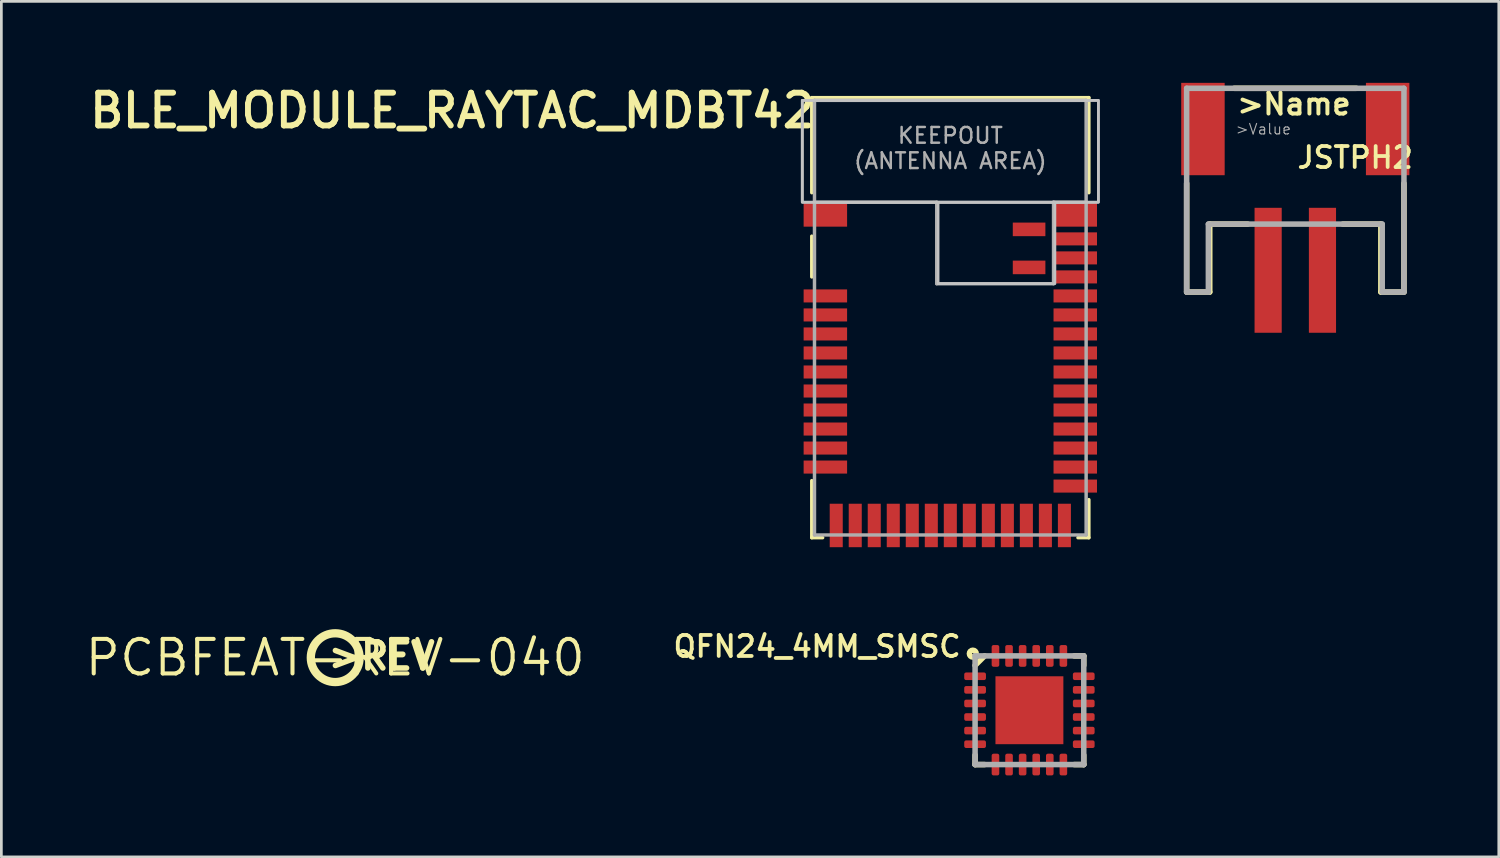
<source format=kicad_pcb>
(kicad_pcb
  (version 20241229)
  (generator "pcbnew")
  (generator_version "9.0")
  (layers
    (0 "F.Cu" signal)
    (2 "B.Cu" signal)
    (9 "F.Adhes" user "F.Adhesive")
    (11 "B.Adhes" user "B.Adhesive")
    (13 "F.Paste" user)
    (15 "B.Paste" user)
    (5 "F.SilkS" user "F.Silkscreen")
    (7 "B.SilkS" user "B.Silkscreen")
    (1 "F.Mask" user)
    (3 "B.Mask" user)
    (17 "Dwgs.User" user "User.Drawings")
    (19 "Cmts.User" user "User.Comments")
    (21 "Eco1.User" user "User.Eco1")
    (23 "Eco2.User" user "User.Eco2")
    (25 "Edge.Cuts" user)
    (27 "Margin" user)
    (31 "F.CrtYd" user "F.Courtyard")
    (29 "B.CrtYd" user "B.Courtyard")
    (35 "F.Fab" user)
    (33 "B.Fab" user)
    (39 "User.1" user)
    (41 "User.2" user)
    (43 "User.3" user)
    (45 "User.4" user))
  (footprint "BLE_MODULE_RAYTAC_MDBT42"
    (layer "F.Cu")
    (at 31.934 8.644)
    (property "Reference" "BLE_MODULE_RAYTAC_MDBT42" (at -4.866 -8.328 180) (layer "F.SilkS") (effects (font (size 1.206 1.206) (thickness 0.217)) (justify right top)))
    (attr through_hole)
    (fp_line (start -5.1 -8.1) (end 5.1 -8.1) (stroke (width 0.127) (type solid)) (layer "F.SilkS"))
    (fp_line (start -5.1 -4.6) (end -5.1 -8.1) (stroke (width 0.127) (type solid)) (layer "F.SilkS"))
    (fp_line (start -5.1 -3) (end -5.1 -1.5) (stroke (width 0.127) (type solid)) (layer "F.SilkS"))
    (fp_line (start -5.1 8.1) (end -5.1 6) (stroke (width 0.127) (type solid)) (layer "F.SilkS"))
    (fp_line (start -4.7 8.1) (end -5.1 8.1) (stroke (width 0.127) (type solid)) (layer "F.SilkS"))
    (fp_line (start 4.7 8.1) (end 5.1 8.1) (stroke (width 0.127) (type solid)) (layer "F.SilkS"))
    (fp_line (start 5.1 -8.1) (end 5.1 -4.6) (stroke (width 0.127) (type solid)) (layer "F.SilkS"))
    (fp_line (start 5.1 8.1) (end 5.1 6.7) (stroke (width 0.127) (type solid)) (layer "F.SilkS"))
    (fp_poly (pts (xy -5.45 -4.25) (xy 5.45 -4.25) (xy 5.45 -8) (xy -5.45 -8)) (stroke (width 0.1) (type solid)) (fill no) (layer "Dwgs.User"))
    (fp_poly (pts (xy -0.45 -1.25) (xy 3.85 -1.25) (xy 3.85 -4.25) (xy -0.45 -4.25)) (stroke (width 0.1) (type solid)) (fill no) (layer "Dwgs.User"))
    (fp_poly (pts (xy 5.45 -8) (xy -5.45 -8) (xy -5.45 -4.25) (xy 5.45 -4.25)) (stroke (width 0.1) (type solid)) (fill no) (layer "Dwgs.User"))
    (fp_line (start -5 -8) (end 5 -8) (stroke (width 0.127) (type solid)) (layer "F.Fab"))
    (fp_line (start -5 -4.25) (end -5 -8) (stroke (width 0.127) (type solid)) (layer "F.Fab"))
    (fp_line (start -5 -4.25) (end -0.5 -4.25) (stroke (width 0.127) (type solid)) (layer "F.Fab"))
    (fp_line (start -5 8) (end -5 -4.25) (stroke (width 0.127) (type solid)) (layer "F.Fab"))
    (fp_line (start -0.5 -4.25) (end -0.5 -1.25) (stroke (width 0.127) (type solid)) (layer "F.Fab"))
    (fp_line (start -0.5 -1.25) (end 3.8 -1.25) (stroke (width 0.127) (type solid)) (layer "F.Fab"))
    (fp_line (start 3.8 -4.25) (end 5 -4.25) (stroke (width 0.127) (type solid)) (layer "F.Fab"))
    (fp_line (start 3.8 -1.25) (end 3.8 -4.25) (stroke (width 0.127) (type solid)) (layer "F.Fab"))
    (fp_line (start 5 -8) (end 5 -4.25) (stroke (width 0.127) (type solid)) (layer "F.Fab"))
    (fp_line (start 5 -4.25) (end 5 8) (stroke (width 0.127) (type solid)) (layer "F.Fab"))
    (fp_line (start 5 8) (end -5 8) (stroke (width 0.127) (type solid)) (layer "F.Fab"))
    (fp_text user "KEEPOUT\n(ANTENNA AREA)" (at 0 -6.238 0) (layer "F.Fab") (effects (font (size 0.579 0.579) (thickness 0.091))))
    (pad "1" smd rect (at -4.6 -3.8) (size 1.6 0.9) (layers "F.Cu" "F.Mask" "F.Paste"))
    (pad "2" smd rect (at -4.6 -0.8) (size 1.6 0.48) (layers "F.Cu" "F.Mask" "F.Paste"))
    (pad "3" smd rect (at -4.6 -0.1) (size 1.6 0.48) (layers "F.Cu" "F.Mask" "F.Paste"))
    (pad "4" smd rect (at -4.6 0.6) (size 1.6 0.48) (layers "F.Cu" "F.Mask" "F.Paste"))
    (pad "5" smd rect (at -4.6 1.3) (size 1.6 0.48) (layers "F.Cu" "F.Mask" "F.Paste"))
    (pad "6" smd rect (at -4.6 2) (size 1.6 0.48) (layers "F.Cu" "F.Mask" "F.Paste"))
    (pad "7" smd rect (at -4.6 2.7) (size 1.6 0.48) (layers "F.Cu" "F.Mask" "F.Paste"))
    (pad "8" smd rect (at -4.6 3.4) (size 1.6 0.48) (layers "F.Cu" "F.Mask" "F.Paste"))
    (pad "9" smd rect (at -4.6 4.1) (size 1.6 0.48) (layers "F.Cu" "F.Mask" "F.Paste"))
    (pad "10" smd rect (at -4.6 4.8) (size 1.6 0.48) (layers "F.Cu" "F.Mask" "F.Paste"))
    (pad "11" smd rect (at -4.6 5.5) (size 1.6 0.48) (layers "F.Cu" "F.Mask" "F.Paste"))
    (pad "12" smd rect (at -4.2 7.65 90) (size 1.6 0.48) (layers "F.Cu" "F.Mask" "F.Paste"))
    (pad "13" smd rect (at -3.5 7.65 90) (size 1.6 0.48) (layers "F.Cu" "F.Mask" "F.Paste"))
    (pad "14" smd rect (at -2.8 7.65 90) (size 1.6 0.48) (layers "F.Cu" "F.Mask" "F.Paste"))
    (pad "15" smd rect (at -2.1 7.65 90) (size 1.6 0.48) (layers "F.Cu" "F.Mask" "F.Paste"))
    (pad "16" smd rect (at -1.4 7.65 90) (size 1.6 0.48) (layers "F.Cu" "F.Mask" "F.Paste"))
    (pad "17" smd rect (at -0.7 7.65 90) (size 1.6 0.48) (layers "F.Cu" "F.Mask" "F.Paste"))
    (pad "18" smd rect (at 0 7.65 90) (size 1.6 0.48) (layers "F.Cu" "F.Mask" "F.Paste"))
    (pad "19" smd rect (at 0.7 7.65 90) (size 1.6 0.48) (layers "F.Cu" "F.Mask" "F.Paste"))
    (pad "20" smd rect (at 1.4 7.65 90) (size 1.6 0.48) (layers "F.Cu" "F.Mask" "F.Paste"))
    (pad "21" smd rect (at 2.1 7.65 90) (size 1.6 0.48) (layers "F.Cu" "F.Mask" "F.Paste"))
    (pad "22" smd rect (at 2.8 7.65 90) (size 1.6 0.48) (layers "F.Cu" "F.Mask" "F.Paste"))
    (pad "23" smd rect (at 3.5 7.65 90) (size 1.6 0.48) (layers "F.Cu" "F.Mask" "F.Paste"))
    (pad "24" smd rect (at 4.2 7.65 90) (size 1.6 0.48) (layers "F.Cu" "F.Mask" "F.Paste"))
    (pad "25" smd rect (at 4.6 6.2) (size 1.6 0.48) (layers "F.Cu" "F.Mask" "F.Paste"))
    (pad "26" smd rect (at 4.6 5.5) (size 1.6 0.48) (layers "F.Cu" "F.Mask" "F.Paste"))
    (pad "27" smd rect (at 4.6 4.8) (size 1.6 0.48) (layers "F.Cu" "F.Mask" "F.Paste"))
    (pad "28" smd rect (at 4.6 4.1) (size 1.6 0.48) (layers "F.Cu" "F.Mask" "F.Paste"))
    (pad "29" smd rect (at 4.6 3.4) (size 1.6 0.48) (layers "F.Cu" "F.Mask" "F.Paste"))
    (pad "30" smd rect (at 4.6 2.7) (size 1.6 0.48) (layers "F.Cu" "F.Mask" "F.Paste"))
    (pad "31" smd rect (at 4.6 2) (size 1.6 0.48) (layers "F.Cu" "F.Mask" "F.Paste"))
    (pad "32" smd rect (at 4.6 1.3) (size 1.6 0.48) (layers "F.Cu" "F.Mask" "F.Paste"))
    (pad "33" smd rect (at 4.6 0.6) (size 1.6 0.48) (layers "F.Cu" "F.Mask" "F.Paste"))
    (pad "34" smd rect (at 4.6 -0.1) (size 1.6 0.48) (layers "F.Cu" "F.Mask" "F.Paste"))
    (pad "35" smd rect (at 4.6 -0.8) (size 1.6 0.48) (layers "F.Cu" "F.Mask" "F.Paste"))
    (pad "36" smd rect (at 4.6 -1.5) (size 1.6 0.48) (layers "F.Cu" "F.Mask" "F.Paste"))
    (pad "37" smd rect (at 4.6 -2.2) (size 1.6 0.48) (layers "F.Cu" "F.Mask" "F.Paste"))
    (pad "38" smd rect (at 4.6 -2.9) (size 1.6 0.48) (layers "F.Cu" "F.Mask" "F.Paste"))
    (pad "39" smd rect (at 4.6 -3.8) (size 1.6 0.9) (layers "F.Cu" "F.Mask" "F.Paste"))
    (pad "40" smd rect (at 2.9 -3.25) (size 1.2 0.5) (layers "F.Cu" "F.Mask" "F.Paste"))
    (pad "41" smd rect (at 2.9 -1.85) (size 1.2 0.5) (layers "F.Cu" "F.Mask" "F.Paste")))
  (footprint "QFN24_4MM_SMSC"
    (layer "F.Cu")
    (at 34.846 23.096)
    (property "Reference" "QFN24_4MM_SMSC" (at -2.45 -2.8 180) (layer "F.SilkS") (effects (font (size 0.772 0.772) (thickness 0.139)) (justify right top)))
    (attr through_hole)
    (fp_line (start -2 2) (end -2 1.65) (stroke (width 0.203) (type solid)) (layer "F.SilkS"))
    (fp_line (start -1.65 -2) (end -2 -1.65) (stroke (width 0.203) (type solid)) (layer "F.SilkS"))
    (fp_line (start -1.65 2) (end -2 2) (stroke (width 0.203) (type solid)) (layer "F.SilkS"))
    (fp_line (start 1.65 2) (end 2 2) (stroke (width 0.203) (type solid)) (layer "F.SilkS"))
    (fp_line (start 2 -2) (end 1.65 -2) (stroke (width 0.203) (type solid)) (layer "F.SilkS"))
    (fp_line (start 2 -1.65) (end 2 -2) (stroke (width 0.203) (type solid)) (layer "F.SilkS"))
    (fp_line (start 2 1.65) (end 2 2) (stroke (width 0.203) (type solid)) (layer "F.SilkS"))
    (fp_circle (center -2.083 -2.083) (end -1.956 -2.083) (stroke (width 0.203) (type solid)) (fill no) (layer "F.SilkS"))
    (fp_poly (pts (xy -1.2 -0.6) (xy -0.6 -0.6) (xy -0.6 -1.2) (xy -1.2 -1.2)) (stroke (width 0) (type solid)) (fill yes) (layer "F.Paste"))
    (fp_poly (pts (xy -1.2 0.3) (xy -0.6 0.3) (xy -0.6 -0.3) (xy -1.2 -0.3)) (stroke (width 0) (type solid)) (fill yes) (layer "F.Paste"))
    (fp_poly (pts (xy -1.2 1.2) (xy -0.6 1.2) (xy -0.6 0.6) (xy -1.2 0.6)) (stroke (width 0) (type solid)) (fill yes) (layer "F.Paste"))
    (fp_poly (pts (xy -0.3 -0.6) (xy 0.3 -0.6) (xy 0.3 -1.2) (xy -0.3 -1.2)) (stroke (width 0) (type solid)) (fill yes) (layer "F.Paste"))
    (fp_poly (pts (xy -0.3 0.3) (xy 0.3 0.3) (xy 0.3 -0.3) (xy -0.3 -0.3)) (stroke (width 0) (type solid)) (fill yes) (layer "F.Paste"))
    (fp_poly (pts (xy -0.3 1.2) (xy 0.3 1.2) (xy 0.3 0.6) (xy -0.3 0.6)) (stroke (width 0) (type solid)) (fill yes) (layer "F.Paste"))
    (fp_poly (pts (xy 0.6 -0.6) (xy 1.2 -0.6) (xy 1.2 -1.2) (xy 0.6 -1.2)) (stroke (width 0) (type solid)) (fill yes) (layer "F.Paste"))
    (fp_poly (pts (xy 0.6 0.3) (xy 1.2 0.3) (xy 1.2 -0.3) (xy 0.6 -0.3)) (stroke (width 0) (type solid)) (fill yes) (layer "F.Paste"))
    (fp_poly (pts (xy 0.6 1.2) (xy 1.2 1.2) (xy 1.2 0.6) (xy 0.6 0.6)) (stroke (width 0) (type solid)) (fill yes) (layer "F.Paste"))
    (fp_line (start -2 -2) (end -2 2) (stroke (width 0.203) (type solid)) (layer "F.Fab"))
    (fp_line (start -2 2) (end 2 2) (stroke (width 0.203) (type solid)) (layer "F.Fab"))
    (fp_line (start 2 -2) (end -2 -2) (stroke (width 0.203) (type solid)) (layer "F.Fab"))
    (fp_line (start 2 2) (end 2 -2) (stroke (width 0.203) (type solid)) (layer "F.Fab"))
    (pad "1" smd roundrect (at -2 -1.25 180) (size 0.8 0.28) (layers "F.Cu" "F.Mask" "F.Paste") (roundrect_rratio 0.25))
    (pad "2" smd roundrect (at -2 -0.75 180) (size 0.8 0.28) (layers "F.Cu" "F.Mask" "F.Paste") (roundrect_rratio 0.25))
    (pad "3" smd roundrect (at -2 -0.25 180) (size 0.8 0.28) (layers "F.Cu" "F.Mask" "F.Paste") (roundrect_rratio 0.25))
    (pad "4" smd roundrect (at -2 0.25 180) (size 0.8 0.28) (layers "F.Cu" "F.Mask" "F.Paste") (roundrect_rratio 0.25))
    (pad "5" smd roundrect (at -2 0.75 180) (size 0.8 0.28) (layers "F.Cu" "F.Mask" "F.Paste") (roundrect_rratio 0.25))
    (pad "6" smd roundrect (at -2 1.25 180) (size 0.8 0.28) (layers "F.Cu" "F.Mask" "F.Paste") (roundrect_rratio 0.25))
    (pad "7" smd roundrect (at -1.25 2 90) (size 0.8 0.28) (layers "F.Cu" "F.Mask" "F.Paste") (roundrect_rratio 0.25))
    (pad "8" smd roundrect (at -0.75 2 90) (size 0.8 0.28) (layers "F.Cu" "F.Mask" "F.Paste") (roundrect_rratio 0.25))
    (pad "9" smd roundrect (at -0.25 2 90) (size 0.8 0.28) (layers "F.Cu" "F.Mask" "F.Paste") (roundrect_rratio 0.25))
    (pad "10" smd roundrect (at 0.25 2 90) (size 0.8 0.28) (layers "F.Cu" "F.Mask" "F.Paste") (roundrect_rratio 0.25))
    (pad "11" smd roundrect (at 0.75 2 90) (size 0.8 0.28) (layers "F.Cu" "F.Mask" "F.Paste") (roundrect_rratio 0.25))
    (pad "12" smd roundrect (at 1.25 2 90) (size 0.8 0.28) (layers "F.Cu" "F.Mask" "F.Paste") (roundrect_rratio 0.25))
    (pad "13" smd roundrect (at 2 1.25) (size 0.8 0.28) (layers "F.Cu" "F.Mask" "F.Paste") (roundrect_rratio 0.25))
    (pad "14" smd roundrect (at 2 0.75) (size 0.8 0.28) (layers "F.Cu" "F.Mask" "F.Paste") (roundrect_rratio 0.25))
    (pad "15" smd roundrect (at 2 0.25) (size 0.8 0.28) (layers "F.Cu" "F.Mask" "F.Paste") (roundrect_rratio 0.25))
    (pad "16" smd roundrect (at 2 -0.25) (size 0.8 0.28) (layers "F.Cu" "F.Mask" "F.Paste") (roundrect_rratio 0.25))
    (pad "17" smd roundrect (at 2 -0.75) (size 0.8 0.28) (layers "F.Cu" "F.Mask" "F.Paste") (roundrect_rratio 0.25))
    (pad "18" smd roundrect (at 2 -1.25) (size 0.8 0.28) (layers "F.Cu" "F.Mask" "F.Paste") (roundrect_rratio 0.25))
    (pad "19" smd roundrect (at 1.25 -2 270) (size 0.8 0.28) (layers "F.Cu" "F.Mask" "F.Paste") (roundrect_rratio 0.25))
    (pad "20" smd roundrect (at 0.75 -2 270) (size 0.8 0.28) (layers "F.Cu" "F.Mask" "F.Paste") (roundrect_rratio 0.25))
    (pad "21" smd roundrect (at 0.25 -2 270) (size 0.8 0.28) (layers "F.Cu" "F.Mask" "F.Paste") (roundrect_rratio 0.25))
    (pad "22" smd roundrect (at -0.25 -2 270) (size 0.8 0.28) (layers "F.Cu" "F.Mask" "F.Paste") (roundrect_rratio 0.25))
    (pad "23" smd roundrect (at -0.75 -2 270) (size 0.8 0.28) (layers "F.Cu" "F.Mask" "F.Paste") (roundrect_rratio 0.25))
    (pad "24" smd roundrect (at -1.25 -2 270) (size 0.8 0.28) (layers "F.Cu" "F.Mask" "F.Paste") (roundrect_rratio 0.25))
    (pad "THERM" smd rect (at 0 0) (size 2.5 2.5) (layers "F.Cu" "F.Mask")))
  (footprint "JSTPH2"
    (layer "F.Cu")
    (at 44.634 3.2)
    (property "Reference" "JSTPH2" (at 0 0 0) (layer "F.SilkS") (effects (font (size 0.772 0.772) (thickness 0.139)) (justify left bottom)))
    (attr through_hole)
    (fp_line (start -4 4.5) (end -4 0.5) (stroke (width 0.203) (type solid)) (layer "F.SilkS"))
    (fp_line (start -3.15 2) (end -3.15 4.5) (stroke (width 0.203) (type solid)) (layer "F.SilkS"))
    (fp_line (start -3.15 4.5) (end -4 4.5) (stroke (width 0.203) (type solid)) (layer "F.SilkS"))
    (fp_line (start -2.25 -3) (end 2.25 -3) (stroke (width 0.203) (type solid)) (layer "F.SilkS"))
    (fp_line (start -1.75 2) (end -3.15 2) (stroke (width 0.203) (type solid)) (layer "F.SilkS"))
    (fp_line (start 3.15 2) (end 1.75 2) (stroke (width 0.203) (type solid)) (layer "F.SilkS"))
    (fp_line (start 3.15 4.5) (end 3.15 2) (stroke (width 0.203) (type solid)) (layer "F.SilkS"))
    (fp_line (start 4 0.5) (end 4 4.5) (stroke (width 0.203) (type solid)) (layer "F.SilkS"))
    (fp_line (start 4 4.5) (end 3.15 4.5) (stroke (width 0.203) (type solid)) (layer "F.SilkS"))
    (fp_line (start -4 -3) (end 4 -3) (stroke (width 0.203) (type solid)) (layer "F.Fab"))
    (fp_line (start -4 4.5) (end -4 -3) (stroke (width 0.203) (type solid)) (layer "F.Fab"))
    (fp_line (start -3.2 2) (end -3.2 4.5) (stroke (width 0.203) (type solid)) (layer "F.Fab"))
    (fp_line (start -3.2 4.5) (end -4 4.5) (stroke (width 0.203) (type solid)) (layer "F.Fab"))
    (fp_line (start 3.2 2) (end -3.2 2) (stroke (width 0.203) (type solid)) (layer "F.Fab"))
    (fp_line (start 3.2 4.5) (end 3.2 2) (stroke (width 0.203) (type solid)) (layer "F.Fab"))
    (fp_line (start 4 -3) (end 4 4.5) (stroke (width 0.203) (type solid)) (layer "F.Fab"))
    (fp_line (start 4 4.5) (end 3.2 4.5) (stroke (width 0.203) (type solid)) (layer "F.Fab"))
    (fp_text user ">Name" (at -2.223 -1.968 0) (layer "F.SilkS") (effects (font (size 0.772 0.772) (thickness 0.146)) (justify left bottom)))
    (fp_text user ">Value" (at -2.223 -1.27 0) (layer "F.Fab") (effects (font (size 0.386 0.386) (thickness 0.041)) (justify left bottom)))
    (pad "1" smd rect (at -1 3.7) (size 1 4.6) (layers "F.Cu" "F.Mask" "F.Paste"))
    (pad "2" smd rect (at 1 3.7) (size 1 4.6) (layers "F.Cu" "F.Mask" "F.Paste"))
    (pad "NC1" smd rect (at -3.4 -1.5 90) (size 3.4 1.6) (layers "F.Cu" "F.Mask" "F.Paste"))
    (pad "NC2" smd rect (at 3.4 -1.5 90) (size 3.4 1.6) (layers "F.Cu" "F.Mask" "F.Paste")))
  (footprint "PCBFEAT-REV-040"
    (layer "F.Cu")
    (at 9.29 21.161)
    (property "Reference" "PCBFEAT-REV-040" (at 0 0 0) (layer "F.SilkS") (effects (font (size 1.27 1.27) (thickness 0.15))))
    (attr through_hole)
    (fp_circle (center 0 0) (end 0.898 0) (stroke (width 0.305) (type solid)) (fill no) (layer "F.SilkS"))
    (fp_text user ">REV" (at -0.356 0.508 0) (layer "F.SilkS") (effects (font (size 0.965 0.965) (thickness 0.203)) (justify left bottom))))
  (gr_rect
    (start -3 -3)
    (end 52.125 28.496)
    (stroke (width 0.1) (type default))
    (fill no)
    (layer "Edge.Cuts")))
</source>
